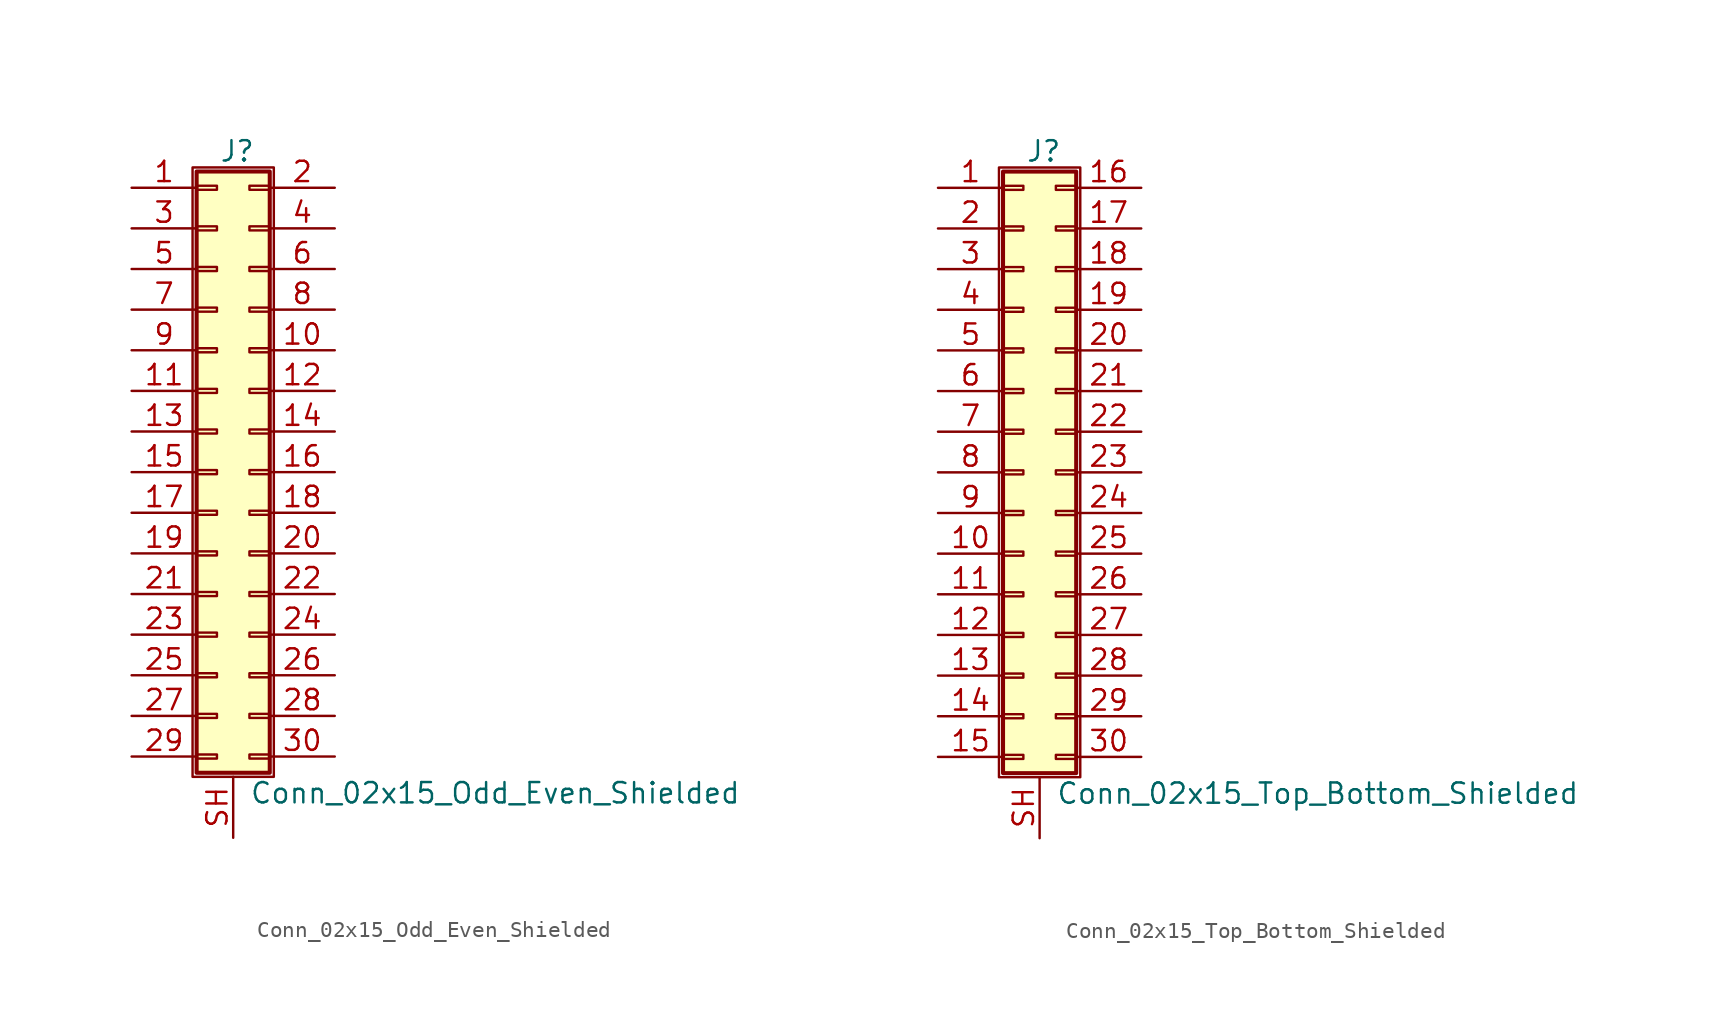
<source format=kicad_sym>
(kicad_symbol_lib
  (version 20220914)
  (generator kicad_symbol_editor)
  (symbol "Conn_02x15_Odd_Even_Shielded"
    (pin_names
      (offset 1.016) hide)
    (property "Reference" "J"
      (at 1.524 20.066 0)
      (effects (font (size 1.27 1.27))))
    (property "Value" "Conn_02x15_Odd_Even_Shielded"
      (at 2.286 -20.066 0)
      (effects (font (size 1.27 1.27)) (justify left)))
    (symbol "Conn_02x15_Odd_Even_Shielded_1_1"
      (rectangle (start -1.27 19.05) (end 3.81 -19.05) (stroke (width 0.152) (type default)) (fill (type none)))
      (rectangle (start -1.016 -17.653) (end 0.254 -17.907) (stroke (width 0.152) (type default)) (fill (type none)))
      (rectangle (start -1.016 -15.113) (end 0.254 -15.367) (stroke (width 0.152) (type default)) (fill (type none)))
      (rectangle (start -1.016 -12.573) (end 0.254 -12.827) (stroke (width 0.152) (type default)) (fill (type none)))
      (rectangle (start -1.016 -10.033) (end 0.254 -10.287) (stroke (width 0.152) (type default)) (fill (type none)))
      (rectangle (start -1.016 -7.493) (end 0.254 -7.747) (stroke (width 0.152) (type default)) (fill (type none)))
      (rectangle (start -1.016 -4.953) (end 0.254 -5.207) (stroke (width 0.152) (type default)) (fill (type none)))
      (rectangle (start -1.016 -2.413) (end 0.254 -2.667) (stroke (width 0.152) (type default)) (fill (type none)))
      (rectangle (start -1.016 0.127) (end 0.254 -0.127) (stroke (width 0.152) (type default)) (fill (type none)))
      (rectangle (start -1.016 2.667) (end 0.254 2.413) (stroke (width 0.152) (type default)) (fill (type none)))
      (rectangle (start -1.016 5.207) (end 0.254 4.953) (stroke (width 0.152) (type default)) (fill (type none)))
      (rectangle (start -1.016 7.747) (end 0.254 7.493) (stroke (width 0.152) (type default)) (fill (type none)))
      (rectangle (start -1.016 10.287) (end 0.254 10.033) (stroke (width 0.152) (type default)) (fill (type none)))
      (rectangle (start -1.016 12.827) (end 0.254 12.573) (stroke (width 0.152) (type default)) (fill (type none)))
      (rectangle (start -1.016 15.367) (end 0.254 15.113) (stroke (width 0.152) (type default)) (fill (type none)))
      (rectangle (start -1.016 17.907) (end 0.254 17.653) (stroke (width 0.152) (type default)) (fill (type none)))
      (rectangle (start -1.016 18.796) (end 3.556 -18.796) (stroke (width 0.254) (type default)) (fill (type background)))
      (rectangle (start 3.556 -17.653) (end 2.286 -17.907) (stroke (width 0.152) (type default)) (fill (type none)))
      (rectangle (start 3.556 -15.113) (end 2.286 -15.367) (stroke (width 0.152) (type default)) (fill (type none)))
      (rectangle (start 3.556 -12.573) (end 2.286 -12.827) (stroke (width 0.152) (type default)) (fill (type none)))
      (rectangle (start 3.556 -10.033) (end 2.286 -10.287) (stroke (width 0.152) (type default)) (fill (type none)))
      (rectangle (start 3.556 -7.493) (end 2.286 -7.747) (stroke (width 0.152) (type default)) (fill (type none)))
      (rectangle (start 3.556 -4.953) (end 2.286 -5.207) (stroke (width 0.152) (type default)) (fill (type none)))
      (rectangle (start 3.556 -2.413) (end 2.286 -2.667) (stroke (width 0.152) (type default)) (fill (type none)))
      (rectangle (start 3.556 0.127) (end 2.286 -0.127) (stroke (width 0.152) (type default)) (fill (type none)))
      (rectangle (start 3.556 2.667) (end 2.286 2.413) (stroke (width 0.152) (type default)) (fill (type none)))
      (rectangle (start 3.556 5.207) (end 2.286 4.953) (stroke (width 0.152) (type default)) (fill (type none)))
      (rectangle (start 3.556 7.747) (end 2.286 7.493) (stroke (width 0.152) (type default)) (fill (type none)))
      (rectangle (start 3.556 10.287) (end 2.286 10.033) (stroke (width 0.152) (type default)) (fill (type none)))
      (rectangle (start 3.556 12.827) (end 2.286 12.573) (stroke (width 0.152) (type default)) (fill (type none)))
      (rectangle (start 3.556 15.367) (end 2.286 15.113) (stroke (width 0.152) (type default)) (fill (type none)))
      (rectangle (start 3.556 17.907) (end 2.286 17.653) (stroke (width 0.152) (type default)) (fill (type none)))
      (pin passive line (at -5.08 17.78 0) (length 4.064) (name "Pin_1" (effects (font (size 1.27 1.27)))) (number "1" (effects (font (size 1.27 1.27)))))
      (pin passive line (at 7.62 7.62 180) (length 4.064) (name "Pin_10" (effects (font (size 1.27 1.27)))) (number "10" (effects (font (size 1.27 1.27)))))
      (pin passive line (at -5.08 5.08 0) (length 4.064) (name "Pin_11" (effects (font (size 1.27 1.27)))) (number "11" (effects (font (size 1.27 1.27)))))
      (pin passive line (at 7.62 5.08 180) (length 4.064) (name "Pin_12" (effects (font (size 1.27 1.27)))) (number "12" (effects (font (size 1.27 1.27)))))
      (pin passive line (at -5.08 2.54 0) (length 4.064) (name "Pin_13" (effects (font (size 1.27 1.27)))) (number "13" (effects (font (size 1.27 1.27)))))
      (pin passive line (at 7.62 2.54 180) (length 4.064) (name "Pin_14" (effects (font (size 1.27 1.27)))) (number "14" (effects (font (size 1.27 1.27)))))
      (pin passive line (at -5.08 0 0) (length 4.064) (name "Pin_15" (effects (font (size 1.27 1.27)))) (number "15" (effects (font (size 1.27 1.27)))))
      (pin passive line (at 7.62 0 180) (length 4.064) (name "Pin_16" (effects (font (size 1.27 1.27)))) (number "16" (effects (font (size 1.27 1.27)))))
      (pin passive line (at -5.08 -2.54 0) (length 4.064) (name "Pin_17" (effects (font (size 1.27 1.27)))) (number "17" (effects (font (size 1.27 1.27)))))
      (pin passive line (at 7.62 -2.54 180) (length 4.064) (name "Pin_18" (effects (font (size 1.27 1.27)))) (number "18" (effects (font (size 1.27 1.27)))))
      (pin passive line (at -5.08 -5.08 0) (length 4.064) (name "Pin_19" (effects (font (size 1.27 1.27)))) (number "19" (effects (font (size 1.27 1.27)))))
      (pin passive line (at 7.62 17.78 180) (length 4.064) (name "Pin_2" (effects (font (size 1.27 1.27)))) (number "2" (effects (font (size 1.27 1.27)))))
      (pin passive line (at 7.62 -5.08 180) (length 4.064) (name "Pin_20" (effects (font (size 1.27 1.27)))) (number "20" (effects (font (size 1.27 1.27)))))
      (pin passive line (at -5.08 -7.62 0) (length 4.064) (name "Pin_21" (effects (font (size 1.27 1.27)))) (number "21" (effects (font (size 1.27 1.27)))))
      (pin passive line (at 7.62 -7.62 180) (length 4.064) (name "Pin_22" (effects (font (size 1.27 1.27)))) (number "22" (effects (font (size 1.27 1.27)))))
      (pin passive line (at -5.08 -10.16 0) (length 4.064) (name "Pin_23" (effects (font (size 1.27 1.27)))) (number "23" (effects (font (size 1.27 1.27)))))
      (pin passive line (at 7.62 -10.16 180) (length 4.064) (name "Pin_24" (effects (font (size 1.27 1.27)))) (number "24" (effects (font (size 1.27 1.27)))))
      (pin passive line (at -5.08 -12.7 0) (length 4.064) (name "Pin_25" (effects (font (size 1.27 1.27)))) (number "25" (effects (font (size 1.27 1.27)))))
      (pin passive line (at 7.62 -12.7 180) (length 4.064) (name "Pin_26" (effects (font (size 1.27 1.27)))) (number "26" (effects (font (size 1.27 1.27)))))
      (pin passive line (at -5.08 -15.24 0) (length 4.064) (name "Pin_27" (effects (font (size 1.27 1.27)))) (number "27" (effects (font (size 1.27 1.27)))))
      (pin passive line (at 7.62 -15.24 180) (length 4.064) (name "Pin_28" (effects (font (size 1.27 1.27)))) (number "28" (effects (font (size 1.27 1.27)))))
      (pin passive line (at -5.08 -17.78 0) (length 4.064) (name "Pin_29" (effects (font (size 1.27 1.27)))) (number "29" (effects (font (size 1.27 1.27)))))
      (pin passive line (at -5.08 15.24 0) (length 4.064) (name "Pin_3" (effects (font (size 1.27 1.27)))) (number "3" (effects (font (size 1.27 1.27)))))
      (pin passive line (at 7.62 -17.78 180) (length 4.064) (name "Pin_30" (effects (font (size 1.27 1.27)))) (number "30" (effects (font (size 1.27 1.27)))))
      (pin passive line (at 7.62 15.24 180) (length 4.064) (name "Pin_4" (effects (font (size 1.27 1.27)))) (number "4" (effects (font (size 1.27 1.27)))))
      (pin passive line (at -5.08 12.7 0) (length 4.064) (name "Pin_5" (effects (font (size 1.27 1.27)))) (number "5" (effects (font (size 1.27 1.27)))))
      (pin passive line (at 7.62 12.7 180) (length 4.064) (name "Pin_6" (effects (font (size 1.27 1.27)))) (number "6" (effects (font (size 1.27 1.27)))))
      (pin passive line (at -5.08 10.16 0) (length 4.064) (name "Pin_7" (effects (font (size 1.27 1.27)))) (number "7" (effects (font (size 1.27 1.27)))))
      (pin passive line (at 7.62 10.16 180) (length 4.064) (name "Pin_8" (effects (font (size 1.27 1.27)))) (number "8" (effects (font (size 1.27 1.27)))))
      (pin passive line (at -5.08 7.62 0) (length 4.064) (name "Pin_9" (effects (font (size 1.27 1.27)))) (number "9" (effects (font (size 1.27 1.27)))))
      (pin passive line (at 1.27 -22.86 90) (length 3.81) (name "Shield" (effects (font (size 1.27 1.27)))) (number "SH" (effects (font (size 1.27 1.27)))))))
  (symbol "Conn_02x15_Top_Bottom_Shielded"
    (pin_names
      (offset 1.016) hide)
    (property "Reference" "J"
      (at 1.524 20.066 0)
      (effects (font (size 1.27 1.27))))
    (property "Value" "Conn_02x15_Top_Bottom_Shielded"
      (at 2.286 -20.066 0)
      (effects (font (size 1.27 1.27)) (justify left)))
    (symbol "Conn_02x15_Top_Bottom_Shielded_1_1"
      (rectangle (start -1.27 19.05) (end 3.81 -19.05) (stroke (width 0.152) (type default)) (fill (type none)))
      (rectangle (start -1.016 -17.653) (end 0.254 -17.907) (stroke (width 0.152) (type default)) (fill (type none)))
      (rectangle (start -1.016 -15.113) (end 0.254 -15.367) (stroke (width 0.152) (type default)) (fill (type none)))
      (rectangle (start -1.016 -12.573) (end 0.254 -12.827) (stroke (width 0.152) (type default)) (fill (type none)))
      (rectangle (start -1.016 -10.033) (end 0.254 -10.287) (stroke (width 0.152) (type default)) (fill (type none)))
      (rectangle (start -1.016 -7.493) (end 0.254 -7.747) (stroke (width 0.152) (type default)) (fill (type none)))
      (rectangle (start -1.016 -4.953) (end 0.254 -5.207) (stroke (width 0.152) (type default)) (fill (type none)))
      (rectangle (start -1.016 -2.413) (end 0.254 -2.667) (stroke (width 0.152) (type default)) (fill (type none)))
      (rectangle (start -1.016 0.127) (end 0.254 -0.127) (stroke (width 0.152) (type default)) (fill (type none)))
      (rectangle (start -1.016 2.667) (end 0.254 2.413) (stroke (width 0.152) (type default)) (fill (type none)))
      (rectangle (start -1.016 5.207) (end 0.254 4.953) (stroke (width 0.152) (type default)) (fill (type none)))
      (rectangle (start -1.016 7.747) (end 0.254 7.493) (stroke (width 0.152) (type default)) (fill (type none)))
      (rectangle (start -1.016 10.287) (end 0.254 10.033) (stroke (width 0.152) (type default)) (fill (type none)))
      (rectangle (start -1.016 12.827) (end 0.254 12.573) (stroke (width 0.152) (type default)) (fill (type none)))
      (rectangle (start -1.016 15.367) (end 0.254 15.113) (stroke (width 0.152) (type default)) (fill (type none)))
      (rectangle (start -1.016 17.907) (end 0.254 17.653) (stroke (width 0.152) (type default)) (fill (type none)))
      (rectangle (start -1.016 18.796) (end 3.556 -18.796) (stroke (width 0.254) (type default)) (fill (type background)))
      (rectangle (start 3.556 -17.653) (end 2.286 -17.907) (stroke (width 0.152) (type default)) (fill (type none)))
      (rectangle (start 3.556 -15.113) (end 2.286 -15.367) (stroke (width 0.152) (type default)) (fill (type none)))
      (rectangle (start 3.556 -12.573) (end 2.286 -12.827) (stroke (width 0.152) (type default)) (fill (type none)))
      (rectangle (start 3.556 -10.033) (end 2.286 -10.287) (stroke (width 0.152) (type default)) (fill (type none)))
      (rectangle (start 3.556 -7.493) (end 2.286 -7.747) (stroke (width 0.152) (type default)) (fill (type none)))
      (rectangle (start 3.556 -4.953) (end 2.286 -5.207) (stroke (width 0.152) (type default)) (fill (type none)))
      (rectangle (start 3.556 -2.413) (end 2.286 -2.667) (stroke (width 0.152) (type default)) (fill (type none)))
      (rectangle (start 3.556 0.127) (end 2.286 -0.127) (stroke (width 0.152) (type default)) (fill (type none)))
      (rectangle (start 3.556 2.667) (end 2.286 2.413) (stroke (width 0.152) (type default)) (fill (type none)))
      (rectangle (start 3.556 5.207) (end 2.286 4.953) (stroke (width 0.152) (type default)) (fill (type none)))
      (rectangle (start 3.556 7.747) (end 2.286 7.493) (stroke (width 0.152) (type default)) (fill (type none)))
      (rectangle (start 3.556 10.287) (end 2.286 10.033) (stroke (width 0.152) (type default)) (fill (type none)))
      (rectangle (start 3.556 12.827) (end 2.286 12.573) (stroke (width 0.152) (type default)) (fill (type none)))
      (rectangle (start 3.556 15.367) (end 2.286 15.113) (stroke (width 0.152) (type default)) (fill (type none)))
      (rectangle (start 3.556 17.907) (end 2.286 17.653) (stroke (width 0.152) (type default)) (fill (type none)))
      (pin passive line (at -5.08 17.78 0) (length 4.064) (name "Pin_1" (effects (font (size 1.27 1.27)))) (number "1" (effects (font (size 1.27 1.27)))))
      (pin passive line (at -5.08 -5.08 0) (length 4.064) (name "Pin_10" (effects (font (size 1.27 1.27)))) (number "10" (effects (font (size 1.27 1.27)))))
      (pin passive line (at -5.08 -7.62 0) (length 4.064) (name "Pin_11" (effects (font (size 1.27 1.27)))) (number "11" (effects (font (size 1.27 1.27)))))
      (pin passive line (at -5.08 -10.16 0) (length 4.064) (name "Pin_12" (effects (font (size 1.27 1.27)))) (number "12" (effects (font (size 1.27 1.27)))))
      (pin passive line (at -5.08 -12.7 0) (length 4.064) (name "Pin_13" (effects (font (size 1.27 1.27)))) (number "13" (effects (font (size 1.27 1.27)))))
      (pin passive line (at -5.08 -15.24 0) (length 4.064) (name "Pin_14" (effects (font (size 1.27 1.27)))) (number "14" (effects (font (size 1.27 1.27)))))
      (pin passive line (at -5.08 -17.78 0) (length 4.064) (name "Pin_15" (effects (font (size 1.27 1.27)))) (number "15" (effects (font (size 1.27 1.27)))))
      (pin passive line (at 7.62 17.78 180) (length 4.064) (name "Pin_16" (effects (font (size 1.27 1.27)))) (number "16" (effects (font (size 1.27 1.27)))))
      (pin passive line (at 7.62 15.24 180) (length 4.064) (name "Pin_17" (effects (font (size 1.27 1.27)))) (number "17" (effects (font (size 1.27 1.27)))))
      (pin passive line (at 7.62 12.7 180) (length 4.064) (name "Pin_18" (effects (font (size 1.27 1.27)))) (number "18" (effects (font (size 1.27 1.27)))))
      (pin passive line (at 7.62 10.16 180) (length 4.064) (name "Pin_19" (effects (font (size 1.27 1.27)))) (number "19" (effects (font (size 1.27 1.27)))))
      (pin passive line (at -5.08 15.24 0) (length 4.064) (name "Pin_2" (effects (font (size 1.27 1.27)))) (number "2" (effects (font (size 1.27 1.27)))))
      (pin passive line (at 7.62 7.62 180) (length 4.064) (name "Pin_20" (effects (font (size 1.27 1.27)))) (number "20" (effects (font (size 1.27 1.27)))))
      (pin passive line (at 7.62 5.08 180) (length 4.064) (name "Pin_21" (effects (font (size 1.27 1.27)))) (number "21" (effects (font (size 1.27 1.27)))))
      (pin passive line (at 7.62 2.54 180) (length 4.064) (name "Pin_22" (effects (font (size 1.27 1.27)))) (number "22" (effects (font (size 1.27 1.27)))))
      (pin passive line (at 7.62 0 180) (length 4.064) (name "Pin_23" (effects (font (size 1.27 1.27)))) (number "23" (effects (font (size 1.27 1.27)))))
      (pin passive line (at 7.62 -2.54 180) (length 4.064) (name "Pin_24" (effects (font (size 1.27 1.27)))) (number "24" (effects (font (size 1.27 1.27)))))
      (pin passive line (at 7.62 -5.08 180) (length 4.064) (name "Pin_25" (effects (font (size 1.27 1.27)))) (number "25" (effects (font (size 1.27 1.27)))))
      (pin passive line (at 7.62 -7.62 180) (length 4.064) (name "Pin_26" (effects (font (size 1.27 1.27)))) (number "26" (effects (font (size 1.27 1.27)))))
      (pin passive line (at 7.62 -10.16 180) (length 4.064) (name "Pin_27" (effects (font (size 1.27 1.27)))) (number "27" (effects (font (size 1.27 1.27)))))
      (pin passive line (at 7.62 -12.7 180) (length 4.064) (name "Pin_28" (effects (font (size 1.27 1.27)))) (number "28" (effects (font (size 1.27 1.27)))))
      (pin passive line (at 7.62 -15.24 180) (length 4.064) (name "Pin_29" (effects (font (size 1.27 1.27)))) (number "29" (effects (font (size 1.27 1.27)))))
      (pin passive line (at -5.08 12.7 0) (length 4.064) (name "Pin_3" (effects (font (size 1.27 1.27)))) (number "3" (effects (font (size 1.27 1.27)))))
      (pin passive line (at 7.62 -17.78 180) (length 4.064) (name "Pin_30" (effects (font (size 1.27 1.27)))) (number "30" (effects (font (size 1.27 1.27)))))
      (pin passive line (at -5.08 10.16 0) (length 4.064) (name "Pin_4" (effects (font (size 1.27 1.27)))) (number "4" (effects (font (size 1.27 1.27)))))
      (pin passive line (at -5.08 7.62 0) (length 4.064) (name "Pin_5" (effects (font (size 1.27 1.27)))) (number "5" (effects (font (size 1.27 1.27)))))
      (pin passive line (at -5.08 5.08 0) (length 4.064) (name "Pin_6" (effects (font (size 1.27 1.27)))) (number "6" (effects (font (size 1.27 1.27)))))
      (pin passive line (at -5.08 2.54 0) (length 4.064) (name "Pin_7" (effects (font (size 1.27 1.27)))) (number "7" (effects (font (size 1.27 1.27)))))
      (pin passive line (at -5.08 0 0) (length 4.064) (name "Pin_8" (effects (font (size 1.27 1.27)))) (number "8" (effects (font (size 1.27 1.27)))))
      (pin passive line (at -5.08 -2.54 0) (length 4.064) (name "Pin_9" (effects (font (size 1.27 1.27)))) (number "9" (effects (font (size 1.27 1.27)))))
      (pin passive line (at 1.27 -22.86 90) (length 3.81) (name "Shield" (effects (font (size 1.27 1.27)))) (number "SH" (effects (font (size 1.27 1.27))))))))
</source>
